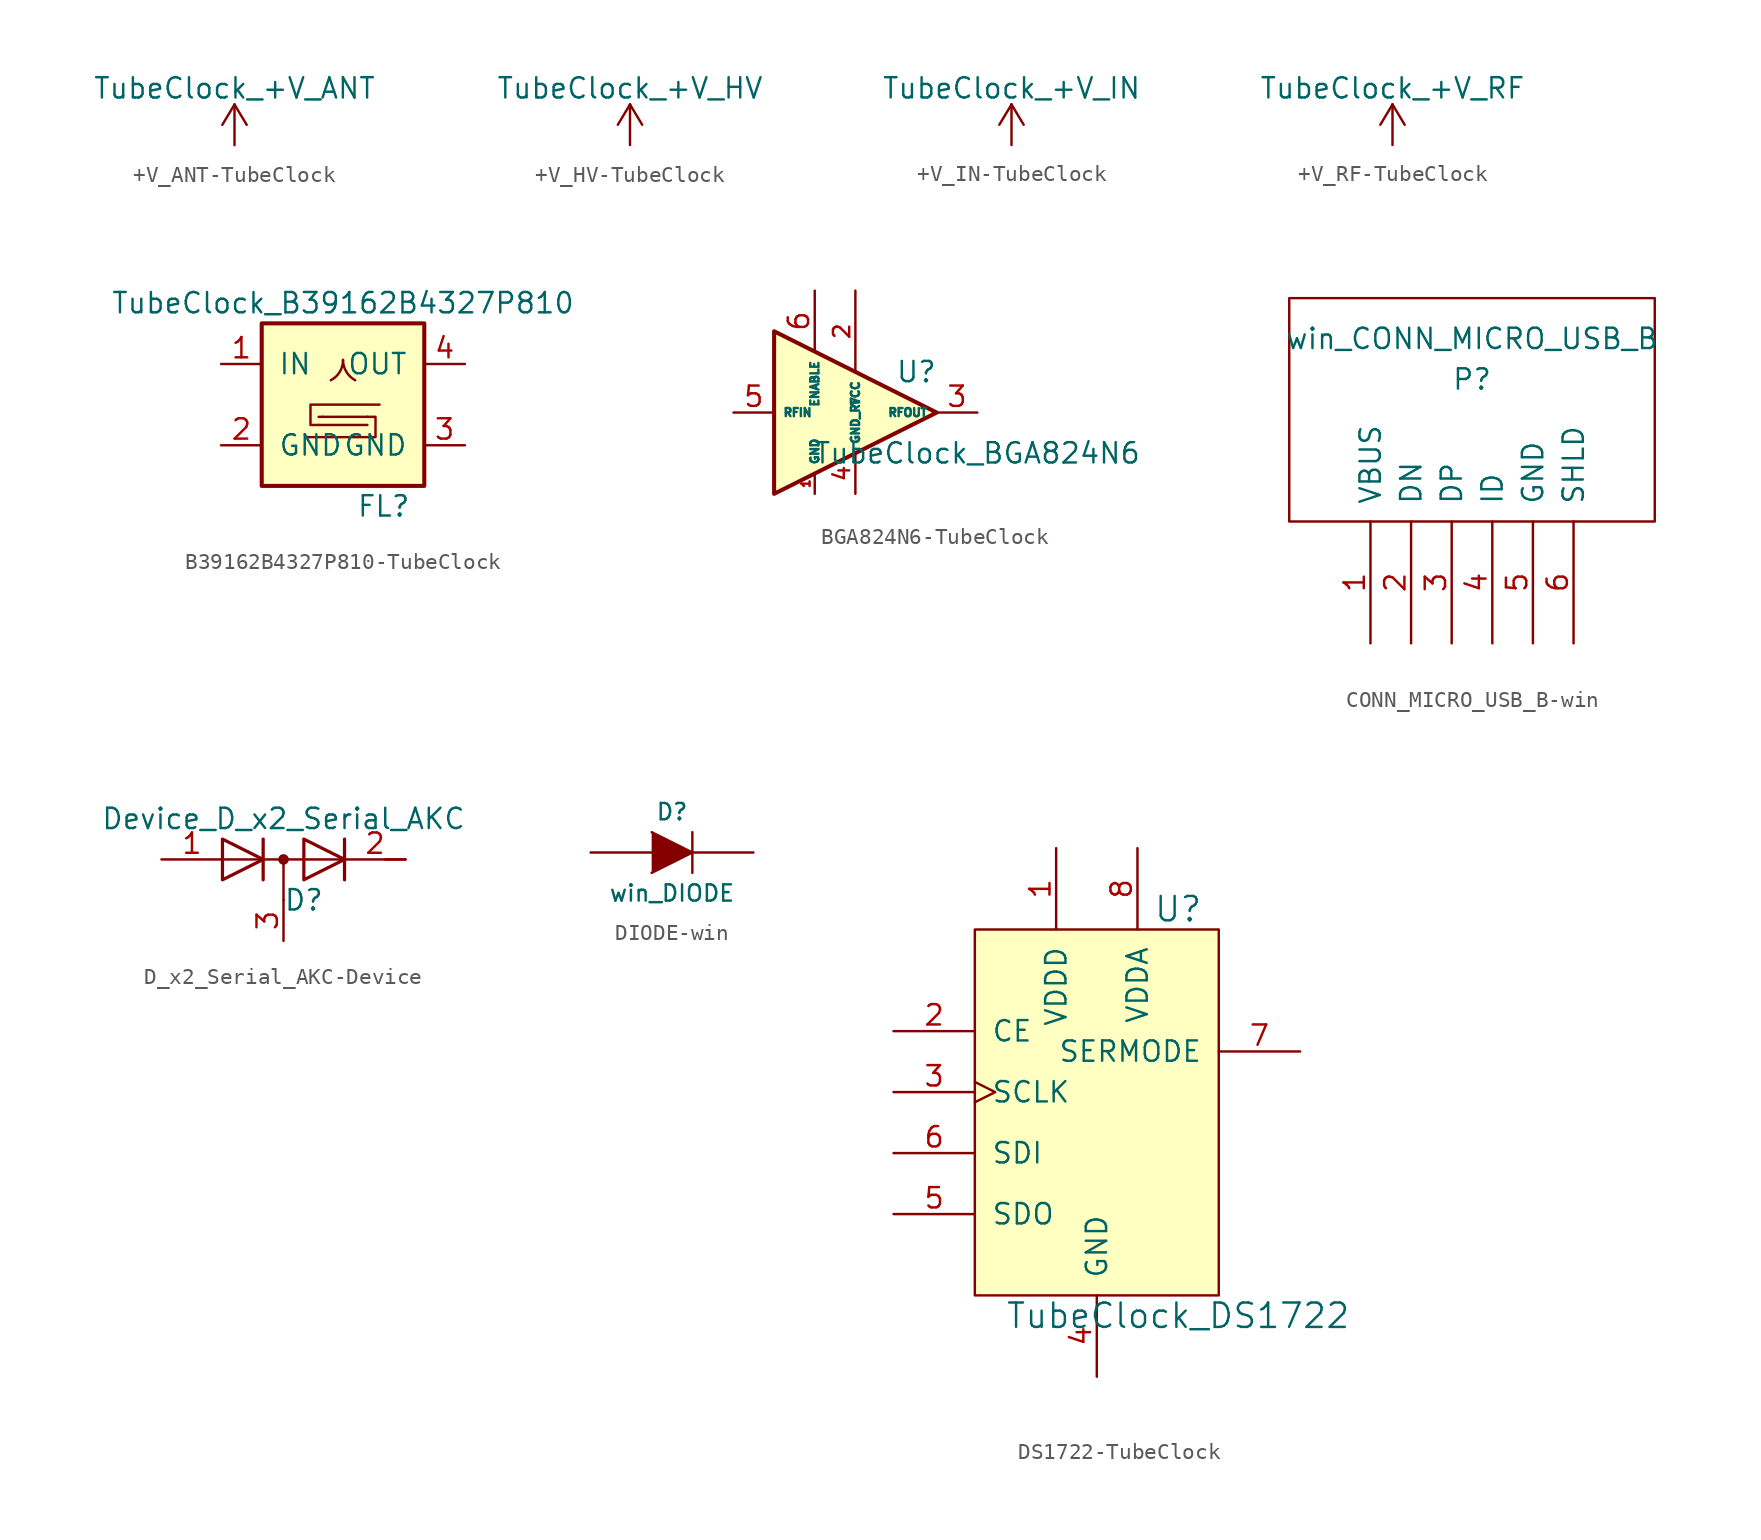
<source format=kicad_sym>
(kicad_symbol_lib
  (version 20231120)
  (generator "kicad_symbol_editor")
  (generator_version "8.0")
  (symbol "+V_ANT-TubeClock"
    (power)
    (pin_names
      (offset 0))
    (property "Reference" "#PWR"
      (at 0 -3.81 0)
      (effects (font (size 1.27 1.27)) (hide yes)))
    (property "Value" "TubeClock_+V_ANT"
      (at 0 3.556 0)
      (effects (font (size 1.27 1.27))))
    (symbol "+V_ANT-TubeClock_0_1"
      (polyline (pts (xy -0.762 1.27) (xy 0 2.54)) (stroke (width 0) (type solid)) (fill (type none)))
      (polyline (pts (xy 0 0) (xy 0 2.54)) (stroke (width 0) (type solid)) (fill (type none)))
      (polyline (pts (xy 0 2.54) (xy 0.762 1.27)) (stroke (width 0) (type solid)) (fill (type none))))
    (symbol "+V_ANT-TubeClock_1_1"
      (pin power_in line (at 0 0 90) (length 0) hide (name "+V_ANT" (effects (font (size 1.27 1.27)))) (number "1" (effects (font (size 1.27 1.27)))))))
  (symbol "+V_HV-TubeClock"
    (power)
    (pin_names
      (offset 0))
    (property "Reference" "#PWR"
      (at 0 -3.81 0)
      (effects (font (size 1.27 1.27)) (hide yes)))
    (property "Value" "TubeClock_+V_HV"
      (at 0 3.556 0)
      (effects (font (size 1.27 1.27))))
    (symbol "+V_HV-TubeClock_0_1"
      (polyline (pts (xy -0.762 1.27) (xy 0 2.54)) (stroke (width 0) (type solid)) (fill (type none)))
      (polyline (pts (xy 0 0) (xy 0 2.54)) (stroke (width 0) (type solid)) (fill (type none)))
      (polyline (pts (xy 0 2.54) (xy 0.762 1.27)) (stroke (width 0) (type solid)) (fill (type none))))
    (symbol "+V_HV-TubeClock_1_1"
      (pin power_in line (at 0 0 90) (length 0) hide (name "+V_HV" (effects (font (size 1.27 1.27)))) (number "1" (effects (font (size 1.27 1.27)))))))
  (symbol "+V_IN-TubeClock"
    (power)
    (pin_names
      (offset 0))
    (property "Reference" "#PWR"
      (at 0 -3.81 0)
      (effects (font (size 1.27 1.27)) (hide yes)))
    (property "Value" "TubeClock_+V_IN"
      (at 0 3.556 0)
      (effects (font (size 1.27 1.27))))
    (symbol "+V_IN-TubeClock_0_1"
      (polyline (pts (xy -0.762 1.27) (xy 0 2.54)) (stroke (width 0) (type solid)) (fill (type none)))
      (polyline (pts (xy 0 0) (xy 0 2.54)) (stroke (width 0) (type solid)) (fill (type none)))
      (polyline (pts (xy 0 2.54) (xy 0.762 1.27)) (stroke (width 0) (type solid)) (fill (type none))))
    (symbol "+V_IN-TubeClock_1_1"
      (pin power_in line (at 0 0 90) (length 0) hide (name "+V_IN" (effects (font (size 1.27 1.27)))) (number "1" (effects (font (size 1.27 1.27)))))))
  (symbol "+V_RF-TubeClock"
    (power)
    (pin_names
      (offset 0))
    (property "Reference" "#PWR"
      (at 0 -3.81 0)
      (effects (font (size 1.27 1.27)) (hide yes)))
    (property "Value" "TubeClock_+V_RF"
      (at 0 3.556 0)
      (effects (font (size 1.27 1.27))))
    (symbol "+V_RF-TubeClock_0_1"
      (polyline (pts (xy -0.762 1.27) (xy 0 2.54)) (stroke (width 0) (type solid)) (fill (type none)))
      (polyline (pts (xy 0 0) (xy 0 2.54)) (stroke (width 0) (type solid)) (fill (type none)))
      (polyline (pts (xy 0 2.54) (xy 0.762 1.27)) (stroke (width 0) (type solid)) (fill (type none))))
    (symbol "+V_RF-TubeClock_1_1"
      (pin power_in line (at 0 0 90) (length 0) hide (name "+V_RF" (effects (font (size 1.27 1.27)))) (number "1" (effects (font (size 1.27 1.27)))))))
  (symbol "B39162B4327P810-TubeClock"
    (pin_names
      (offset 1.016))
    (property "Reference" "FL"
      (at 2.54 -6.35 0)
      (effects (font (size 1.27 1.27))))
    (property "Value" "TubeClock_B39162B4327P810"
      (at 0 6.35 0)
      (effects (font (size 1.27 1.27))))
    (symbol "B39162B4327P810-TubeClock_0_1"
      (rectangle (start -5.08 5.08) (end 5.08 -5.08) (stroke (width 0.254) (type solid)) (fill (type background)))
      (arc (start -0.762 1.524) (mid -0.1988 2.0511) (end 0 2.794) (stroke (width 0) (type solid)) (fill (type none)))
      (polyline (pts (xy -1.524 -0.762) (xy -1.27 -0.762)) (stroke (width 0) (type solid)) (fill (type none)))
      (polyline (pts (xy 1.524 -1.27) (xy -1.524 -1.27)) (stroke (width 0) (type solid)) (fill (type none)))
      (polyline (pts (xy 1.524 -0.762) (xy -1.27 -0.762)) (stroke (width 0) (type solid)) (fill (type none)))
      (polyline (pts (xy -1.524 -1.27) (xy -2.032 -1.27) (xy -2.032 0) (xy 2.286 0)) (stroke (width 0) (type solid)) (fill (type none)))
      (polyline (pts (xy 1.524 -0.762) (xy 2.032 -0.762) (xy 2.032 -2.032) (xy -2.286 -2.032)) (stroke (width 0) (type solid)) (fill (type none)))
      (arc (start 0 2.794) (mid 0.2065 2.0558) (end 0.762 1.524) (stroke (width 0) (type solid)) (fill (type none))))
    (symbol "B39162B4327P810-TubeClock_1_1"
      (pin passive line (at -7.62 2.54 0) (length 2.54) (name "IN" (effects (font (size 1.27 1.27)))) (number "1" (effects (font (size 1.27 1.27)))))
      (pin passive line (at -7.62 -2.54 0) (length 2.54) (name "GND" (effects (font (size 1.27 1.27)))) (number "2" (effects (font (size 1.27 1.27)))))
      (pin passive line (at 7.62 -2.54 180) (length 2.54) (name "GND" (effects (font (size 1.27 1.27)))) (number "3" (effects (font (size 1.27 1.27)))))
      (pin passive line (at 7.62 2.54 180) (length 2.54) (name "OUT" (effects (font (size 1.27 1.27)))) (number "4" (effects (font (size 1.27 1.27)))))
      (pin passive line (at -7.62 -2.54 0) (length 2.54) hide (name "GND" (effects (font (size 1.27 1.27)))) (number "5" (effects (font (size 1.27 1.27)))))))
  (symbol "BGA824N6-TubeClock"
    (property "Reference" "U"
      (at 6.35 2.54 0)
      (effects (font (size 1.27 1.27))))
    (property "Value" "TubeClock_BGA824N6"
      (at 10.16 -2.54 0)
      (effects (font (size 1.27 1.27))))
    (symbol "BGA824N6-TubeClock_0_1"
      (polyline (pts (xy -2.54 5.08) (xy -2.54 -2.54) (xy -2.54 -5.08) (xy 7.62 0) (xy -2.54 5.08)) (stroke (width 0.254) (type solid)) (fill (type background))))
    (symbol "BGA824N6-TubeClock_1_1"
      (pin power_in line (at 0 -5.08 90) (length 1.27) (name "GND" (effects (font (size 0.508 0.508)))) (number "1" (effects (font (size 0.508 0.508)))))
      (pin power_in line (at 2.54 7.62 270) (length 5.08) (name "VCC" (effects (font (size 0.508 0.508)))) (number "2" (effects (font (size 1.016 1.016)))))
      (pin output line (at 10.16 0 180) (length 2.54) (name "RFOUT" (effects (font (size 0.508 0.508)))) (number "3" (effects (font (size 1.27 1.27)))))
      (pin power_in line (at 2.54 -5.08 90) (length 2.54) (name "GND_RF" (effects (font (size 0.508 0.508)))) (number "4" (effects (font (size 1.016 1.016)))))
      (pin input line (at -5.08 0 0) (length 2.54) (name "RFIN" (effects (font (size 0.508 0.508)))) (number "5" (effects (font (size 1.27 1.27)))))
      (pin input line (at 0 7.62 270) (length 3.81) (name "ENABLE" (effects (font (size 0.508 0.508)))) (number "6" (effects (font (size 1.27 1.27)))))))
  (symbol "CONN_MICRO_USB_B-win"
    (pin_names
      (offset 1.016))
    (property "Reference" "P"
      (at 0 1.27 0)
      (effects (font (size 1.27 1.27))))
    (property "Value" "win_CONN_MICRO_USB_B"
      (at 0 3.81 0)
      (effects (font (size 1.27 1.27))))
    (symbol "CONN_MICRO_USB_B-win_1_0"
      (rectangle (start 11.43 -7.62) (end -11.43 6.35) (stroke (width 0) (type solid)) (fill (type none))))
    (symbol "CONN_MICRO_USB_B-win_1_1"
      (pin input line (at -6.35 -15.24 90) (length 7.62) (name "VBUS" (effects (font (size 1.27 1.27)))) (number "1" (effects (font (size 1.27 1.27)))))
      (pin input line (at -3.81 -15.24 90) (length 7.62) (name "DN" (effects (font (size 1.27 1.27)))) (number "2" (effects (font (size 1.27 1.27)))))
      (pin input line (at -1.27 -15.24 90) (length 7.62) (name "DP" (effects (font (size 1.27 1.27)))) (number "3" (effects (font (size 1.27 1.27)))))
      (pin input line (at 1.27 -15.24 90) (length 7.62) (name "ID" (effects (font (size 1.27 1.27)))) (number "4" (effects (font (size 1.27 1.27)))))
      (pin input line (at 3.81 -15.24 90) (length 7.62) (name "GND" (effects (font (size 1.27 1.27)))) (number "5" (effects (font (size 1.27 1.27)))))
      (pin input line (at 6.35 -15.24 90) (length 7.62) (name "SHLD" (effects (font (size 1.27 1.27)))) (number "6" (effects (font (size 1.27 1.27)))))))
  (symbol "D_x2_Serial_AKC-Device"
    (pin_names
      (offset 0.762) hide)
    (property "Reference" "D"
      (at 1.27 -2.54 0)
      (effects (font (size 1.27 1.27))))
    (property "Value" "Device_D_x2_Serial_AKC"
      (at 0 2.54 0)
      (effects (font (size 1.27 1.27))))
    (symbol "D_x2_Serial_AKC-Device_0_1"
      (polyline (pts (xy -3.81 0) (xy 3.81 0)) (stroke (width 0) (type solid)) (fill (type none)))
      (polyline (pts (xy 0 0) (xy 0 -2.54)) (stroke (width 0) (type solid)) (fill (type none)))
      (polyline (pts (xy 6.35 0) (xy 7.62 0)) (stroke (width 0) (type solid)) (fill (type none)))
      (polyline (pts (xy -1.27 -1.27) (xy -1.27 1.27) (xy -1.27 1.27)) (stroke (width 0.203) (type solid)) (fill (type none)))
      (polyline (pts (xy 3.81 1.27) (xy 3.81 -1.27) (xy 3.81 -1.27)) (stroke (width 0.203) (type solid)) (fill (type none)))
      (polyline (pts (xy -3.81 1.27) (xy -1.27 0) (xy -3.81 -1.27) (xy -3.81 1.27) (xy -3.81 1.27) (xy -3.81 1.27)) (stroke (width 0.203) (type solid)) (fill (type none)))
      (polyline (pts (xy 1.27 1.27) (xy 3.81 0) (xy 1.27 -1.27) (xy 1.27 1.27) (xy 1.27 1.27) (xy 1.27 1.27)) (stroke (width 0.203) (type solid)) (fill (type none)))
      (circle (center 0 0) (radius 0.254) (stroke (width 0) (type solid)) (fill (type outline)))
      (pin passive line (at -7.62 0 0) (length 3.81) (name "A" (effects (font (size 1.27 1.27)))) (number "1" (effects (font (size 1.27 1.27)))))
      (pin passive line (at 7.62 0 180) (length 3.81) (name "K" (effects (font (size 1.27 1.27)))) (number "2" (effects (font (size 1.27 1.27)))))
      (pin passive line (at 0 -5.08 90) (length 2.54) (name "common" (effects (font (size 1.27 1.27)))) (number "3" (effects (font (size 1.27 1.27)))))))
  (symbol "DIODE-win"
    (pin_numbers hide)
    (pin_names
      (offset 1.016) hide)
    (property "Reference" "D"
      (at 0 2.54 0)
      (effects (font (size 1.016 1.016))))
    (property "Value" "win_DIODE"
      (at 0 -2.54 0)
      (effects (font (size 1.016 1.016))))
    (property "Footprint" ""
      (at 0 0 0)
      (effects (font (size 1.524 1.524))))
    (property "Datasheet" ""
      (at 0 0 0)
      (effects (font (size 1.524 1.524))))
    (symbol "DIODE-win_0_1"
      (polyline (pts (xy 1.27 1.27) (xy 1.27 -1.27)) (stroke (width 0.152) (type solid)) (fill (type none)))
      (polyline (pts (xy -1.27 1.27) (xy 1.27 0) (xy -1.27 -1.27)) (stroke (width 0) (type solid)) (fill (type outline))))
    (symbol "DIODE-win_1_1"
      (pin passive line (at -5.08 0 0) (length 3.81) (name "A" (effects (font (size 1.016 1.016)))) (number "1" (effects (font (size 1.016 1.016)))))
      (pin passive line (at 5.08 0 180) (length 3.81) (name "K" (effects (font (size 1.016 1.016)))) (number "2" (effects (font (size 1.016 1.016)))))))
  (symbol "DS1722-TubeClock"
    (pin_names
      (offset 1.016))
    (property "Reference" "U"
      (at 5.08 15.24 0)
      (effects (font (size 1.524 1.524))))
    (property "Value" "TubeClock_DS1722"
      (at 5.08 -10.16 0)
      (effects (font (size 1.524 1.524))))
    (symbol "DS1722-TubeClock_0_1"
      (rectangle (start -7.62 -8.89) (end 7.62 13.97) (stroke (width 0) (type solid)) (fill (type background))))
    (symbol "DS1722-TubeClock_1_1"
      (pin power_in line (at -2.54 19.05 270) (length 5.08) (name "VDDD" (effects (font (size 1.27 1.27)))) (number "1" (effects (font (size 1.27 1.27)))))
      (pin input line (at -12.7 7.62 0) (length 5.08) (name "CE" (effects (font (size 1.27 1.27)))) (number "2" (effects (font (size 1.27 1.27)))))
      (pin input clock (at -12.7 3.81 0) (length 5.08) (name "SCLK" (effects (font (size 1.27 1.27)))) (number "3" (effects (font (size 1.27 1.27)))))
      (pin power_in line (at 0 -13.97 90) (length 5.08) (name "GND" (effects (font (size 1.27 1.27)))) (number "4" (effects (font (size 1.27 1.27)))))
      (pin output line (at -12.7 -3.81 0) (length 5.08) (name "SDO" (effects (font (size 1.27 1.27)))) (number "5" (effects (font (size 1.27 1.27)))))
      (pin input line (at -12.7 0 0) (length 5.08) (name "SDI" (effects (font (size 1.27 1.27)))) (number "6" (effects (font (size 1.27 1.27)))))
      (pin input line (at 12.7 6.35 180) (length 5.08) (name "SERMODE" (effects (font (size 1.27 1.27)))) (number "7" (effects (font (size 1.27 1.27)))))
      (pin power_in line (at 2.54 19.05 270) (length 5.08) (name "VDDA" (effects (font (size 1.27 1.27)))) (number "8" (effects (font (size 1.27 1.27))))))))
</source>
